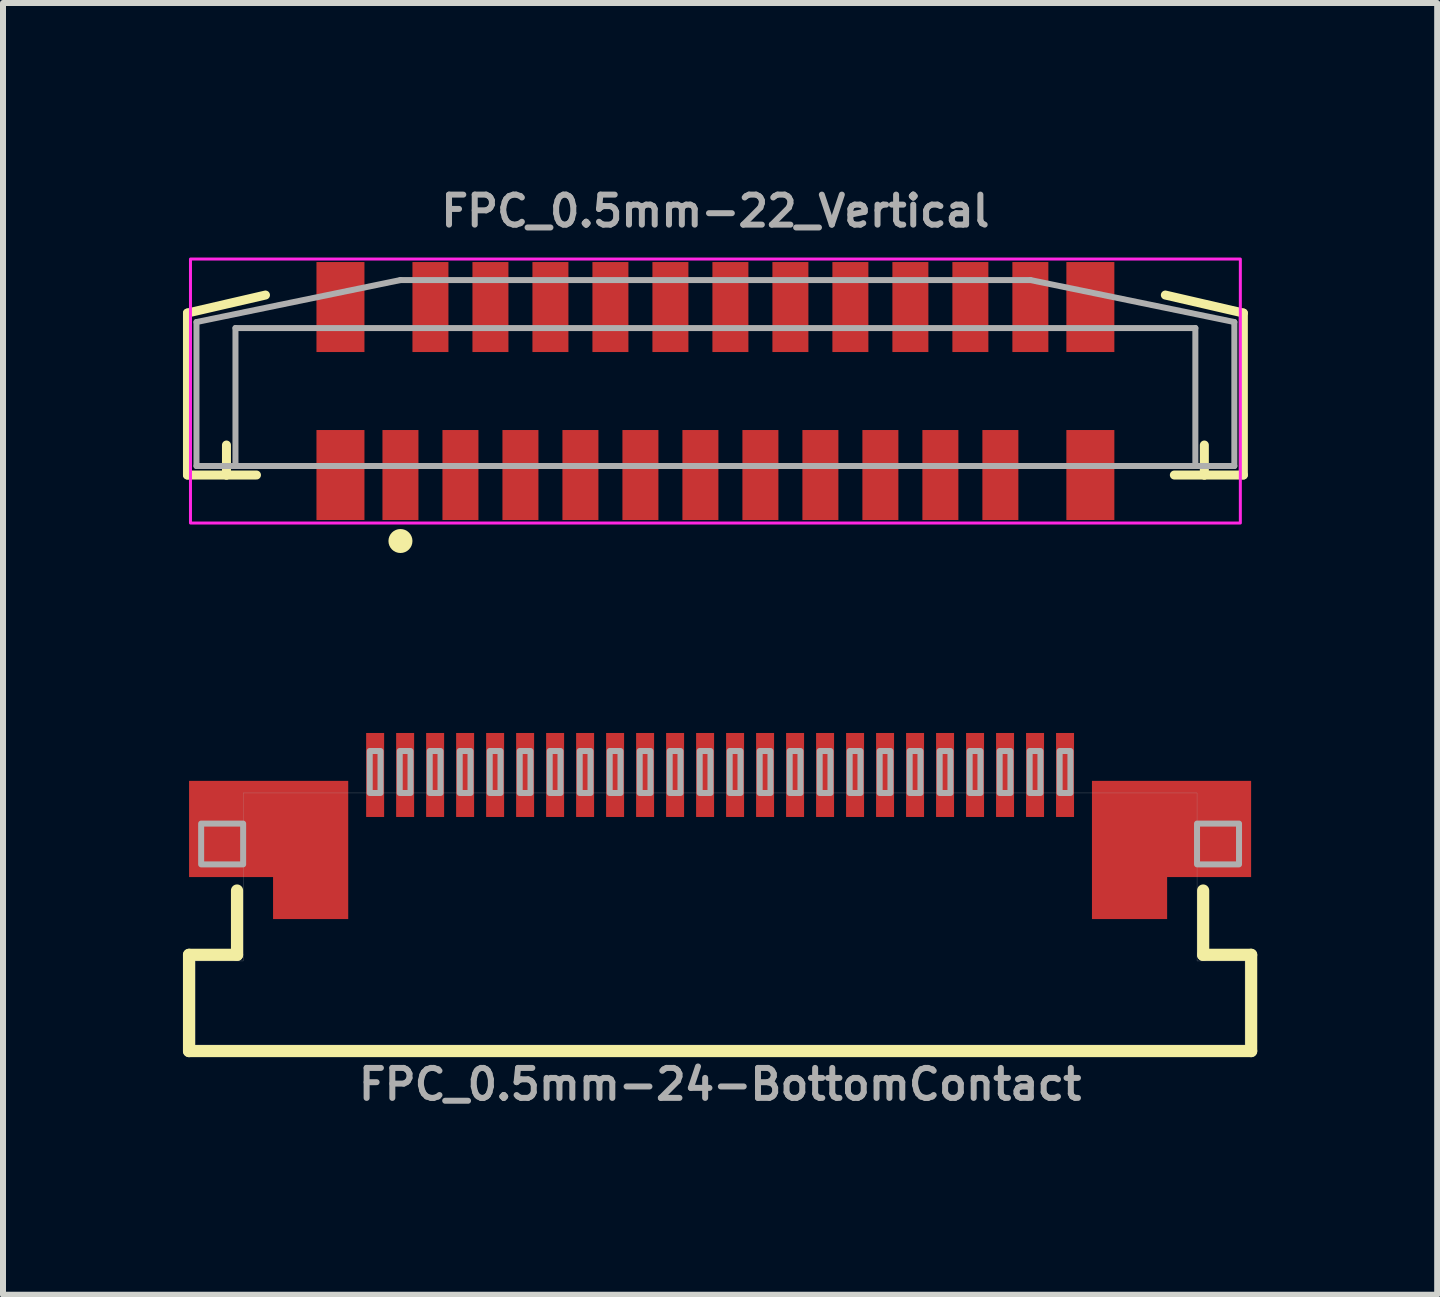
<source format=kicad_pcb>
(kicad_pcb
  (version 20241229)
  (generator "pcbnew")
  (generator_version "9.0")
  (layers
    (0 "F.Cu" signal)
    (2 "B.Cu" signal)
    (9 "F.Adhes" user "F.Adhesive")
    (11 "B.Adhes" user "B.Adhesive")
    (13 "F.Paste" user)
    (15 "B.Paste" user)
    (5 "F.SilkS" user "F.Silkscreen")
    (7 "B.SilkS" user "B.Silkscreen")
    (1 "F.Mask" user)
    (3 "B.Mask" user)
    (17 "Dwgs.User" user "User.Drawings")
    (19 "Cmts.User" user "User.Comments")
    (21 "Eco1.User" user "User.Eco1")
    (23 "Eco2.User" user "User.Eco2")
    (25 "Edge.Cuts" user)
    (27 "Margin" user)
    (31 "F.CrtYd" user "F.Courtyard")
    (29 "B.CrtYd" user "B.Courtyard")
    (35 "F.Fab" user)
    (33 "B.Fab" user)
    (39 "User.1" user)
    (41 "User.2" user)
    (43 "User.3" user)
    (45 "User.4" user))
  (footprint "FPC_0.5mm-24-BottomContact"
    (layer "F.Cu")
    (at 8.953 12.268)
    (property "Reference" "FPC_0.5mm-24-BottomContact" (at 0.001 2.464 0) (unlocked yes) (layer "F.Fab") (effects (font (size 0.5 0.5) (thickness 0.1)) (justify top)))
    (attr smd)
    (fp_line (start -8.852 0.598) (end -8.852 2.202) (stroke (width 0.203) (type solid)) (layer "F.SilkS"))
    (fp_line (start -8.852 2.202) (end 8.852 2.202) (stroke (width 0.203) (type solid)) (layer "F.SilkS"))
    (fp_line (start -8.052 -0.474) (end -8.052 0.598) (stroke (width 0.203) (type solid)) (layer "F.SilkS"))
    (fp_line (start -8.052 0.598) (end -8.852 0.598) (stroke (width 0.203) (type solid)) (layer "F.SilkS"))
    (fp_line (start 8.052 -0.474) (end 8.052 0.598) (stroke (width 0.203) (type solid)) (layer "F.SilkS"))
    (fp_line (start 8.052 0.598) (end 8.852 0.598) (stroke (width 0.203) (type solid)) (layer "F.SilkS"))
    (fp_line (start 8.852 0.598) (end 8.852 2.202) (stroke (width 0.203) (type solid)) (layer "F.SilkS"))
    (fp_line (start -8.75 0.7) (end -8.75 2.1) (stroke (width 0.003) (type solid)) (layer "F.Fab"))
    (fp_line (start -8.75 2.1) (end 8.75 2.1) (stroke (width 0.003) (type solid)) (layer "F.Fab"))
    (fp_line (start -7.95 -2.1) (end -7.95 0.7) (stroke (width 0.003) (type solid)) (layer "F.Fab"))
    (fp_line (start -7.95 0.7) (end -8.75 0.7) (stroke (width 0.003) (type solid)) (layer "F.Fab"))
    (fp_line (start 7.95 -2.1) (end -7.95 -2.1) (stroke (width 0.003) (type solid)) (layer "F.Fab"))
    (fp_line (start 7.95 0.7) (end 7.95 -2.1) (stroke (width 0.003) (type solid)) (layer "F.Fab"))
    (fp_line (start 8.75 0.7) (end 7.95 0.7) (stroke (width 0.003) (type solid)) (layer "F.Fab"))
    (fp_line (start 8.75 2.1) (end 8.75 0.7) (stroke (width 0.003) (type solid)) (layer "F.Fab"))
    (fp_poly (pts (xy -8.65 -0.91) (xy -7.95 -0.91) (xy -7.95 -1.59) (xy -8.65 -1.59)) (stroke (width 0.1) (type default)) (fill no) (layer "F.Fab"))
    (fp_poly (pts (xy -5.84 -2.1) (xy -5.66 -2.1) (xy -5.66 -2.8) (xy -5.84 -2.8)) (stroke (width 0.1) (type default)) (fill no) (layer "F.Fab"))
    (fp_poly (pts (xy -5.34 -2.1) (xy -5.16 -2.1) (xy -5.16 -2.8) (xy -5.34 -2.8)) (stroke (width 0.1) (type default)) (fill no) (layer "F.Fab"))
    (fp_poly (pts (xy -4.84 -2.1) (xy -4.66 -2.1) (xy -4.66 -2.8) (xy -4.84 -2.8)) (stroke (width 0.1) (type default)) (fill no) (layer "F.Fab"))
    (fp_poly (pts (xy -4.34 -2.1) (xy -4.16 -2.1) (xy -4.16 -2.8) (xy -4.34 -2.8)) (stroke (width 0.1) (type default)) (fill no) (layer "F.Fab"))
    (fp_poly (pts (xy -3.84 -2.1) (xy -3.66 -2.1) (xy -3.66 -2.8) (xy -3.84 -2.8)) (stroke (width 0.1) (type default)) (fill no) (layer "F.Fab"))
    (fp_poly (pts (xy -3.34 -2.1) (xy -3.16 -2.1) (xy -3.16 -2.8) (xy -3.34 -2.8)) (stroke (width 0.1) (type default)) (fill no) (layer "F.Fab"))
    (fp_poly (pts (xy -2.84 -2.1) (xy -2.66 -2.1) (xy -2.66 -2.8) (xy -2.84 -2.8)) (stroke (width 0.1) (type default)) (fill no) (layer "F.Fab"))
    (fp_poly (pts (xy -2.34 -2.1) (xy -2.16 -2.1) (xy -2.16 -2.8) (xy -2.34 -2.8)) (stroke (width 0.1) (type default)) (fill no) (layer "F.Fab"))
    (fp_poly (pts (xy -1.84 -2.1) (xy -1.66 -2.1) (xy -1.66 -2.8) (xy -1.84 -2.8)) (stroke (width 0.1) (type default)) (fill no) (layer "F.Fab"))
    (fp_poly (pts (xy -1.34 -2.1) (xy -1.16 -2.1) (xy -1.16 -2.8) (xy -1.34 -2.8)) (stroke (width 0.1) (type default)) (fill no) (layer "F.Fab"))
    (fp_poly (pts (xy -0.84 -2.1) (xy -0.66 -2.1) (xy -0.66 -2.8) (xy -0.84 -2.8)) (stroke (width 0.1) (type default)) (fill no) (layer "F.Fab"))
    (fp_poly (pts (xy -0.34 -2.1) (xy -0.16 -2.1) (xy -0.16 -2.8) (xy -0.34 -2.8)) (stroke (width 0.1) (type default)) (fill no) (layer "F.Fab"))
    (fp_poly (pts (xy 0.16 -2.1) (xy 0.34 -2.1) (xy 0.34 -2.8) (xy 0.16 -2.8)) (stroke (width 0.1) (type default)) (fill no) (layer "F.Fab"))
    (fp_poly (pts (xy 0.66 -2.1) (xy 0.84 -2.1) (xy 0.84 -2.8) (xy 0.66 -2.8)) (stroke (width 0.1) (type default)) (fill no) (layer "F.Fab"))
    (fp_poly (pts (xy 1.16 -2.1) (xy 1.34 -2.1) (xy 1.34 -2.8) (xy 1.16 -2.8)) (stroke (width 0.1) (type default)) (fill no) (layer "F.Fab"))
    (fp_poly (pts (xy 1.66 -2.1) (xy 1.84 -2.1) (xy 1.84 -2.8) (xy 1.66 -2.8)) (stroke (width 0.1) (type default)) (fill no) (layer "F.Fab"))
    (fp_poly (pts (xy 2.16 -2.1) (xy 2.34 -2.1) (xy 2.34 -2.8) (xy 2.16 -2.8)) (stroke (width 0.1) (type default)) (fill no) (layer "F.Fab"))
    (fp_poly (pts (xy 2.66 -2.1) (xy 2.84 -2.1) (xy 2.84 -2.8) (xy 2.66 -2.8)) (stroke (width 0.1) (type default)) (fill no) (layer "F.Fab"))
    (fp_poly (pts (xy 3.16 -2.1) (xy 3.34 -2.1) (xy 3.34 -2.8) (xy 3.16 -2.8)) (stroke (width 0.1) (type default)) (fill no) (layer "F.Fab"))
    (fp_poly (pts (xy 3.66 -2.1) (xy 3.84 -2.1) (xy 3.84 -2.8) (xy 3.66 -2.8)) (stroke (width 0.1) (type default)) (fill no) (layer "F.Fab"))
    (fp_poly (pts (xy 4.16 -2.1) (xy 4.34 -2.1) (xy 4.34 -2.8) (xy 4.16 -2.8)) (stroke (width 0.1) (type default)) (fill no) (layer "F.Fab"))
    (fp_poly (pts (xy 4.66 -2.1) (xy 4.84 -2.1) (xy 4.84 -2.8) (xy 4.66 -2.8)) (stroke (width 0.1) (type default)) (fill no) (layer "F.Fab"))
    (fp_poly (pts (xy 5.16 -2.1) (xy 5.34 -2.1) (xy 5.34 -2.8) (xy 5.16 -2.8)) (stroke (width 0.1) (type default)) (fill no) (layer "F.Fab"))
    (fp_poly (pts (xy 5.66 -2.1) (xy 5.84 -2.1) (xy 5.84 -2.8) (xy 5.66 -2.8)) (stroke (width 0.1) (type default)) (fill no) (layer "F.Fab"))
    (fp_poly (pts (xy 7.95 -0.91) (xy 8.65 -0.91) (xy 8.65 -1.59) (xy 7.95 -1.59)) (stroke (width 0.1) (type default)) (fill no) (layer "F.Fab"))
    (pad "1" smd rect (at 5.75 -2.4) (size 0.3 1.4) (layers "F.Cu" "F.Mask" "F.Paste"))
    (pad "2" smd rect (at 5.25 -2.4) (size 0.3 1.4) (layers "F.Cu" "F.Mask" "F.Paste"))
    (pad "3" smd rect (at 4.75 -2.4) (size 0.3 1.4) (layers "F.Cu" "F.Mask" "F.Paste"))
    (pad "4" smd rect (at 4.25 -2.4) (size 0.3 1.4) (layers "F.Cu" "F.Mask" "F.Paste"))
    (pad "5" smd rect (at 3.75 -2.4) (size 0.3 1.4) (layers "F.Cu" "F.Mask" "F.Paste"))
    (pad "6" smd rect (at 3.25 -2.4) (size 0.3 1.4) (layers "F.Cu" "F.Mask" "F.Paste"))
    (pad "7" smd rect (at 2.75 -2.4) (size 0.3 1.4) (layers "F.Cu" "F.Mask" "F.Paste"))
    (pad "8" smd rect (at 2.25 -2.4) (size 0.3 1.4) (layers "F.Cu" "F.Mask" "F.Paste"))
    (pad "9" smd rect (at 1.75 -2.4) (size 0.3 1.4) (layers "F.Cu" "F.Mask" "F.Paste"))
    (pad "10" smd rect (at 1.25 -2.4) (size 0.3 1.4) (layers "F.Cu" "F.Mask" "F.Paste"))
    (pad "11" smd rect (at 0.75 -2.4) (size 0.3 1.4) (layers "F.Cu" "F.Mask" "F.Paste"))
    (pad "12" smd rect (at 0.25 -2.4) (size 0.3 1.4) (layers "F.Cu" "F.Mask" "F.Paste"))
    (pad "13" smd rect (at -0.25 -2.4) (size 0.3 1.4) (layers "F.Cu" "F.Mask" "F.Paste"))
    (pad "14" smd rect (at -0.75 -2.4) (size 0.3 1.4) (layers "F.Cu" "F.Mask" "F.Paste"))
    (pad "15" smd rect (at -1.25 -2.4) (size 0.3 1.4) (layers "F.Cu" "F.Mask" "F.Paste"))
    (pad "16" smd rect (at -1.75 -2.4) (size 0.3 1.4) (layers "F.Cu" "F.Mask" "F.Paste"))
    (pad "17" smd rect (at -2.25 -2.4) (size 0.3 1.4) (layers "F.Cu" "F.Mask" "F.Paste"))
    (pad "18" smd rect (at -2.75 -2.4) (size 0.3 1.4) (layers "F.Cu" "F.Mask" "F.Paste"))
    (pad "19" smd rect (at -3.25 -2.4) (size 0.3 1.4) (layers "F.Cu" "F.Mask" "F.Paste"))
    (pad "20" smd rect (at -3.75 -2.4) (size 0.3 1.4) (layers "F.Cu" "F.Mask" "F.Paste"))
    (pad "21" smd rect (at -4.25 -2.4) (size 0.3 1.4) (layers "F.Cu" "F.Mask" "F.Paste"))
    (pad "22" smd rect (at -4.75 -2.4) (size 0.3 1.4) (layers "F.Cu" "F.Mask" "F.Paste"))
    (pad "23" smd rect (at -5.25 -2.4) (size 0.3 1.4) (layers "F.Cu" "F.Mask" "F.Paste"))
    (pad "24" smd rect (at -5.75 -2.4) (size 0.3 1.4) (layers "F.Cu" "F.Mask" "F.Paste"))
    (pad "MNT1" smd custom (at -6.825 -1.15) (size 1.25 2.3) (layers "F.Cu" "F.Mask" "F.Paste") (options (anchor rect)) (primitives (gr_poly (pts (xy 0.625 -1.15) (xy -2.025 -1.15) (xy -2.025 0.45) (xy -0.625 0.45) (xy -0.625 1.15) (xy 0.625 1.15)) (width 0.003) (fill yes))))
    (pad "MNT2" smd custom (at 6.825 -1.15) (size 1.25 2.3) (layers "F.Cu" "F.Mask" "F.Paste") (options (anchor rect)) (primitives (gr_poly (pts (xy 0.625 1.15) (xy 0.625 0.45) (xy 2.025 0.45) (xy 2.025 -1.15) (xy -0.625 -1.15) (xy -0.625 1.15)) (width 0.003) (fill yes)))))
  (footprint "FPC_0.5mm-22_Vertical"
    (layer "F.Cu")
    (at 8.875 3.468)
    (property "Reference" "FPC_0.5mm-22_Vertical" (at 0 -3 0) (unlocked yes) (layer "F.Fab") (effects (font (size 0.5 0.5) (thickness 0.1))))
    (attr smd)
    (fp_line (start -8.8 -1.3) (end -7.5 -1.6) (stroke (width 0.15) (type default)) (layer "F.SilkS"))
    (fp_line (start -8.8 1.4) (end -8.8 -1.3) (stroke (width 0.15) (type default)) (layer "F.SilkS"))
    (fp_line (start -8.15 0.9) (end -8.15 1.4) (stroke (width 0.15) (type default)) (layer "F.SilkS"))
    (fp_line (start -8.15 1.4) (end -8.8 1.4) (stroke (width 0.15) (type default)) (layer "F.SilkS"))
    (fp_line (start -8.15 1.4) (end -7.65 1.4) (stroke (width 0.15) (type default)) (layer "F.SilkS"))
    (fp_line (start 7.65 1.4) (end 8.15 1.4) (stroke (width 0.15) (type default)) (layer "F.SilkS"))
    (fp_line (start 8.15 1.4) (end 8.15 0.9) (stroke (width 0.15) (type default)) (layer "F.SilkS"))
    (fp_line (start 8.15 1.4) (end 8.8 1.4) (stroke (width 0.15) (type default)) (layer "F.SilkS"))
    (fp_line (start 8.8 -1.3) (end 7.5 -1.6) (stroke (width 0.15) (type default)) (layer "F.SilkS"))
    (fp_line (start 8.8 1.4) (end 8.8 -1.3) (stroke (width 0.15) (type default)) (layer "F.SilkS"))
    (fp_circle (center -5.25 2.5) (end -5.15 2.5) (stroke (width 0.2) (type solid)) (fill yes) (layer "F.SilkS"))
    (fp_rect (start -8.75 -2.2) (end 8.75 2.2) (stroke (width 0.05) (type default)) (fill no) (layer "F.CrtYd"))
    (fp_line (start -8.65 1.25) (end -8.65 -1.15) (stroke (width 0.1) (type default)) (layer "F.Fab"))
    (fp_line (start -8 -1.05) (end -8 1.25) (stroke (width 0.1) (type default)) (layer "F.Fab"))
    (fp_line (start -8 1.25) (end -8.65 1.25) (stroke (width 0.1) (type default)) (layer "F.Fab"))
    (fp_line (start -8 1.25) (end 8 1.25) (stroke (width 0.1) (type default)) (layer "F.Fab"))
    (fp_line (start -5.25 -1.85) (end -8.65 -1.15) (stroke (width 0.1) (type default)) (layer "F.Fab"))
    (fp_line (start 5.25 -1.85) (end -5.25 -1.85) (stroke (width 0.1) (type default)) (layer "F.Fab"))
    (fp_line (start 5.25 -1.85) (end 8.65 -1.15) (stroke (width 0.1) (type default)) (layer "F.Fab"))
    (fp_line (start 8 -1.05) (end -8 -1.05) (stroke (width 0.1) (type default)) (layer "F.Fab"))
    (fp_line (start 8 1.25) (end 8 -1.05) (stroke (width 0.1) (type default)) (layer "F.Fab"))
    (fp_line (start 8 1.25) (end 8.65 1.25) (stroke (width 0.1) (type default)) (layer "F.Fab"))
    (fp_line (start 8.65 1.25) (end 8.65 -1.15) (stroke (width 0.1) (type default)) (layer "F.Fab"))
    (pad "1" smd rect (at -5.25 1.4) (size 0.6 1.5) (layers "F.Cu" "F.Mask" "F.Paste"))
    (pad "2" smd rect (at -4.75 -1.4) (size 0.6 1.5) (layers "F.Cu" "F.Mask" "F.Paste"))
    (pad "3" smd rect (at -4.25 1.4) (size 0.6 1.5) (layers "F.Cu" "F.Mask" "F.Paste"))
    (pad "4" smd rect (at -3.75 -1.4) (size 0.6 1.5) (layers "F.Cu" "F.Mask" "F.Paste"))
    (pad "5" smd rect (at -3.25 1.4) (size 0.6 1.5) (layers "F.Cu" "F.Mask" "F.Paste"))
    (pad "6" smd rect (at -2.75 -1.4) (size 0.6 1.5) (layers "F.Cu" "F.Mask" "F.Paste"))
    (pad "7" smd rect (at -2.25 1.4) (size 0.6 1.5) (layers "F.Cu" "F.Mask" "F.Paste"))
    (pad "8" smd rect (at -1.75 -1.4) (size 0.6 1.5) (layers "F.Cu" "F.Mask" "F.Paste"))
    (pad "9" smd rect (at -1.25 1.4) (size 0.6 1.5) (layers "F.Cu" "F.Mask" "F.Paste"))
    (pad "10" smd rect (at -0.75 -1.4) (size 0.6 1.5) (layers "F.Cu" "F.Mask" "F.Paste"))
    (pad "11" smd rect (at -0.25 1.4) (size 0.6 1.5) (layers "F.Cu" "F.Mask" "F.Paste"))
    (pad "12" smd rect (at 0.25 -1.4) (size 0.6 1.5) (layers "F.Cu" "F.Mask" "F.Paste"))
    (pad "13" smd rect (at 0.75 1.4) (size 0.6 1.5) (layers "F.Cu" "F.Mask" "F.Paste"))
    (pad "14" smd rect (at 1.25 -1.4) (size 0.6 1.5) (layers "F.Cu" "F.Mask" "F.Paste"))
    (pad "15" smd rect (at 1.75 1.4) (size 0.6 1.5) (layers "F.Cu" "F.Mask" "F.Paste"))
    (pad "16" smd rect (at 2.25 -1.4) (size 0.6 1.5) (layers "F.Cu" "F.Mask" "F.Paste"))
    (pad "17" smd rect (at 2.75 1.4) (size 0.6 1.5) (layers "F.Cu" "F.Mask" "F.Paste"))
    (pad "18" smd rect (at 3.25 -1.4) (size 0.6 1.5) (layers "F.Cu" "F.Mask" "F.Paste"))
    (pad "19" smd rect (at 3.75 1.4) (size 0.6 1.5) (layers "F.Cu" "F.Mask" "F.Paste"))
    (pad "20" smd rect (at 4.25 -1.4) (size 0.6 1.5) (layers "F.Cu" "F.Mask" "F.Paste"))
    (pad "21" smd rect (at 4.75 1.4) (size 0.6 1.5) (layers "F.Cu" "F.Mask" "F.Paste"))
    (pad "22" smd rect (at 5.25 -1.4) (size 0.6 1.5) (layers "F.Cu" "F.Mask" "F.Paste"))
    (pad "NC" smd rect (at -6.25 -1.4) (size 0.8 1.5) (layers "F.Cu" "F.Mask" "F.Paste"))
    (pad "NC" smd rect (at -6.25 1.4) (size 0.8 1.5) (layers "F.Cu" "F.Mask" "F.Paste"))
    (pad "NC" smd rect (at 6.25 -1.4) (size 0.8 1.5) (layers "F.Cu" "F.Mask" "F.Paste"))
    (pad "NC" smd rect (at 6.25 1.4) (size 0.8 1.5) (layers "F.Cu" "F.Mask" "F.Paste")))
  (gr_rect
    (start -3 -3)
    (end 20.906 18.532)
    (stroke (width 0.1) (type default))
    (fill no)
    (layer "Edge.Cuts")))
</source>
